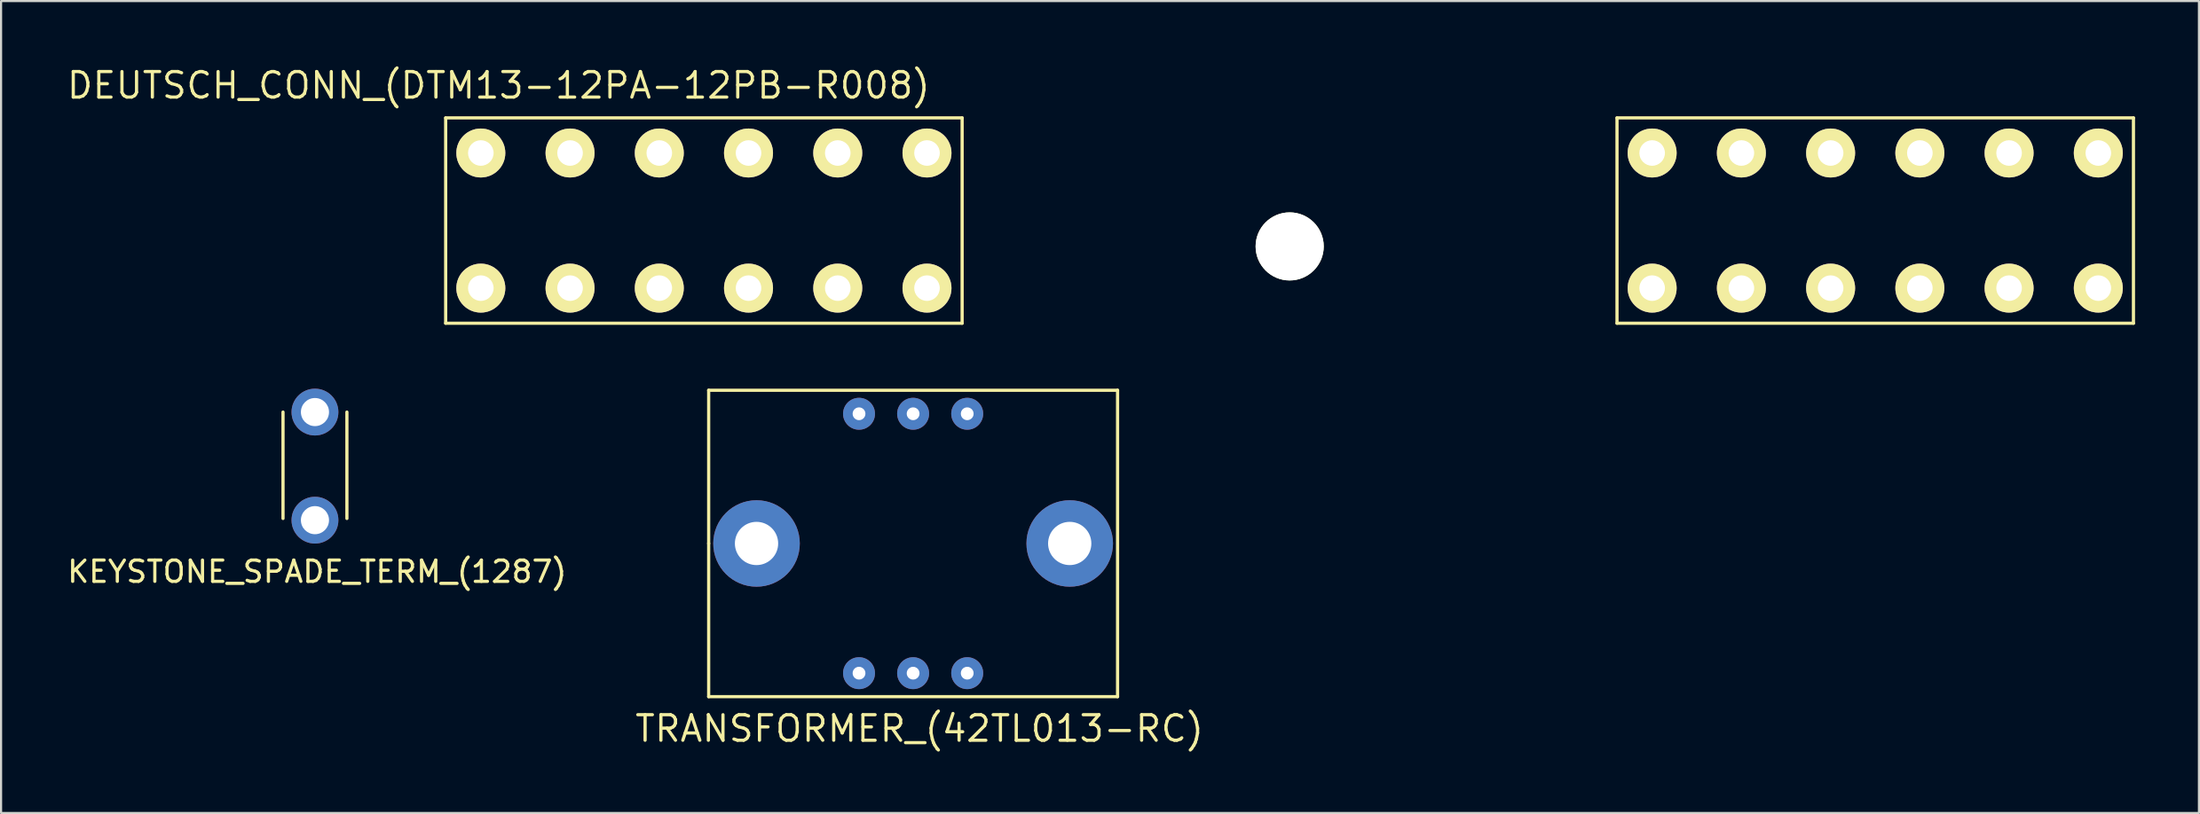
<source format=kicad_pcb>
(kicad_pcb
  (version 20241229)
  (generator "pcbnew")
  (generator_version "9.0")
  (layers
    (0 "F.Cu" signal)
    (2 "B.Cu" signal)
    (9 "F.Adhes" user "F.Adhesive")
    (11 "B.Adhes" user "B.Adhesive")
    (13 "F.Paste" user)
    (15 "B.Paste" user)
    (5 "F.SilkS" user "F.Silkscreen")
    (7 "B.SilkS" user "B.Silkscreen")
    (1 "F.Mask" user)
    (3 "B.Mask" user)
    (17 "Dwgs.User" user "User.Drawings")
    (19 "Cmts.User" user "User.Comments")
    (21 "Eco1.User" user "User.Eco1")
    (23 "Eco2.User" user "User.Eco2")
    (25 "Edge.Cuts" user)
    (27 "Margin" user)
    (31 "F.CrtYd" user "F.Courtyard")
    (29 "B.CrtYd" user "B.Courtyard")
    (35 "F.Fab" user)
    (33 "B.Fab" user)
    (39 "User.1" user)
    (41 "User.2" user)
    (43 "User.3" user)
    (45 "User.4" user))
  (footprint "DEUTSCH_CONN_(DTM13-12PA-12PB-R008)"
    (layer "F.Cu")
    (at 57.507 8.53)
    (property "Reference" "DEUTSCH_CONN_(DTM13-12PA-12PB-R008)" (at -37.145 -7.565 180) (layer "F.SilkS") (effects (font (size 1.2 1.2) (thickness 0.15))))
    (attr through_hole)
    (fp_line (start -39.63 3.61) (end -15.38 3.61) (stroke (width 0.15) (type solid)) (layer "F.SilkS"))
    (fp_line (start -39.63 3.61) (end -39.63 -6.04) (stroke (width 0.15) (type solid)) (layer "F.SilkS"))
    (fp_line (start -15.38 -6.04) (end -39.63 -6.04) (stroke (width 0.15) (type solid)) (layer "F.SilkS"))
    (fp_line (start -15.38 3.61) (end -15.38 -6.04) (stroke (width 0.15) (type solid)) (layer "F.SilkS"))
    (fp_line (start 15.37 3.61) (end 39.62 3.61) (stroke (width 0.15) (type solid)) (layer "F.SilkS"))
    (fp_line (start 15.37 3.61) (end 15.37 -6.04) (stroke (width 0.15) (type solid)) (layer "F.SilkS"))
    (fp_line (start 39.62 -6.04) (end 15.37 -6.04) (stroke (width 0.15) (type solid)) (layer "F.SilkS"))
    (fp_line (start 39.62 3.61) (end 39.62 -6.04) (stroke (width 0.15) (type solid)) (layer "F.SilkS"))
    (pad "" np_thru_hole circle (at 0 0) (size 3.2 3.2) (drill 3.2) (layers "*.Cu" "*.Mask" "F.SilkS"))
    (pad "A1" thru_hole circle (at -17.03 1.96) (size 2.3 2.3) (drill 1.2) (layers "*.Cu" "*.Mask" "F.SilkS"))
    (pad "A2" thru_hole circle (at -21.22 1.96) (size 2.3 2.3) (drill 1.2) (layers "*.Cu" "*.Mask" "F.SilkS"))
    (pad "A3" thru_hole circle (at -25.41 1.96) (size 2.3 2.3) (drill 1.2) (layers "*.Cu" "*.Mask" "F.SilkS"))
    (pad "A4" thru_hole circle (at -29.6 1.96) (size 2.3 2.3) (drill 1.2) (layers "*.Cu" "*.Mask" "F.SilkS"))
    (pad "A5" thru_hole circle (at -33.79 1.96) (size 2.3 2.3) (drill 1.2) (layers "*.Cu" "*.Mask" "F.SilkS"))
    (pad "A6" thru_hole circle (at -37.98 1.96) (size 2.3 2.3) (drill 1.2) (layers "*.Cu" "*.Mask" "F.SilkS"))
    (pad "A7" thru_hole circle (at -37.98 -4.39) (size 2.3 2.3) (drill 1.2) (layers "*.Cu" "*.Mask" "F.SilkS"))
    (pad "A8" thru_hole circle (at -33.79 -4.39) (size 2.3 2.3) (drill 1.2) (layers "*.Cu" "*.Mask" "F.SilkS"))
    (pad "A9" thru_hole circle (at -29.6 -4.39) (size 2.3 2.3) (drill 1.2) (layers "*.Cu" "*.Mask" "F.SilkS"))
    (pad "A10" thru_hole circle (at -25.41 -4.39) (size 2.3 2.3) (drill 1.2) (layers "*.Cu" "*.Mask" "F.SilkS"))
    (pad "A11" thru_hole circle (at -21.22 -4.39) (size 2.3 2.3) (drill 1.2) (layers "*.Cu" "*.Mask" "F.SilkS"))
    (pad "A12" thru_hole circle (at -17.03 -4.39) (size 2.3 2.3) (drill 1.2) (layers "*.Cu" "*.Mask" "F.SilkS"))
    (pad "B1" thru_hole circle (at 17.02 -4.39) (size 2.3 2.3) (drill 1.2) (layers "*.Cu" "*.Mask" "F.SilkS"))
    (pad "B2" thru_hole circle (at 21.21 -4.39) (size 2.3 2.3) (drill 1.2) (layers "*.Cu" "*.Mask" "F.SilkS"))
    (pad "B3" thru_hole circle (at 25.4 -4.39) (size 2.3 2.3) (drill 1.2) (layers "*.Cu" "*.Mask" "F.SilkS"))
    (pad "B4" thru_hole circle (at 29.59 -4.39) (size 2.3 2.3) (drill 1.2) (layers "*.Cu" "*.Mask" "F.SilkS"))
    (pad "B5" thru_hole circle (at 33.78 -4.39) (size 2.3 2.3) (drill 1.2) (layers "*.Cu" "*.Mask" "F.SilkS"))
    (pad "B6" thru_hole circle (at 37.97 -4.39) (size 2.3 2.3) (drill 1.2) (layers "*.Cu" "*.Mask" "F.SilkS"))
    (pad "B7" thru_hole circle (at 37.97 1.96) (size 2.3 2.3) (drill 1.2) (layers "*.Cu" "*.Mask" "F.SilkS"))
    (pad "B8" thru_hole circle (at 33.78 1.96) (size 2.3 2.3) (drill 1.2) (layers "*.Cu" "*.Mask" "F.SilkS"))
    (pad "B9" thru_hole circle (at 29.59 1.96) (size 2.3 2.3) (drill 1.2) (layers "*.Cu" "*.Mask" "F.SilkS"))
    (pad "B10" thru_hole circle (at 25.4 1.96) (size 2.3 2.3) (drill 1.2) (layers "*.Cu" "*.Mask" "F.SilkS"))
    (pad "B11" thru_hole circle (at 21.21 1.96) (size 2.3 2.3) (drill 1.2) (layers "*.Cu" "*.Mask" "F.SilkS"))
    (pad "B12" thru_hole circle (at 17.02 1.96) (size 2.3 2.3) (drill 1.2) (layers "*.Cu" "*.Mask" "F.SilkS")))
  (footprint "KEYSTONE_SPADE_TERM_(1287)"
    (layer "F.Cu")
    (at 11.739 16.315)
    (property "Reference" "KEYSTONE_SPADE_TERM_(1287)" (at 0.1 7.5 180) (layer "F.SilkS") (effects (font (size 1 1) (thickness 0.15))))
    (attr through_hole)
    (fp_line (start -1.5 0) (end -1.5 5) (stroke (width 0.15) (type solid)) (layer "F.SilkS"))
    (fp_line (start 1.5 0) (end 1.5 5) (stroke (width 0.15) (type solid)) (layer "F.SilkS"))
    (pad "1" thru_hole circle (at 0 0) (size 2.2 2.2) (drill 1.32) (layers "*.Cu" "*.Mask"))
    (pad "1" thru_hole circle (at 0 5.08) (size 2.2 2.2) (drill 1.32) (layers "*.Cu" "*.Mask")))
  (footprint "TRANSFORMER_(42TL013-RC)"
    (layer "F.Cu")
    (at 39.826 22.49)
    (property "Reference" "TRANSFORMER_(42TL013-RC)" (at 0.3 8.7 180) (layer "F.SilkS") (effects (font (size 1.2 1.2) (thickness 0.15))))
    (attr through_hole)
    (fp_line (start -9.6 -7.2) (end -9.6 0) (stroke (width 0.15) (type solid)) (layer "F.SilkS"))
    (fp_line (start -9.6 0) (end -9.6 7.2) (stroke (width 0.15) (type solid)) (layer "F.SilkS"))
    (fp_line (start -9.6 7.2) (end 9.6 7.2) (stroke (width 0.15) (type solid)) (layer "F.SilkS"))
    (fp_line (start 9.6 -7.2) (end -9.6 -7.2) (stroke (width 0.15) (type solid)) (layer "F.SilkS"))
    (fp_line (start 9.6 7.2) (end 9.6 -7.2) (stroke (width 0.15) (type solid)) (layer "F.SilkS"))
    (pad "1" thru_hole circle (at -2.54 6.095) (size 1.5 1.5) (drill 0.6) (layers "*.Cu" "*.Mask"))
    (pad "2" thru_hole circle (at 0 6.095) (size 1.5 1.5) (drill 0.6) (layers "*.Cu" "*.Mask"))
    (pad "3" thru_hole circle (at 2.54 6.095) (size 1.5 1.5) (drill 0.6) (layers "*.Cu" "*.Mask"))
    (pad "4" thru_hole circle (at 2.54 -6.095) (size 1.5 1.5) (drill 0.6) (layers "*.Cu" "*.Mask"))
    (pad "5" thru_hole circle (at 0 -6.095) (size 1.5 1.5) (drill 0.6) (layers "*.Cu" "*.Mask"))
    (pad "6" thru_hole circle (at -2.54 -6.095) (size 1.5 1.5) (drill 0.6) (layers "*.Cu" "*.Mask"))
    (pad "7" thru_hole circle (at 7.353 0) (size 4.064 4.064) (drill 2.032) (layers "*.Cu" "*.Mask"))
    (pad "8" thru_hole circle (at -7.353 0) (size 4.064 4.064) (drill 2.032) (layers "*.Cu" "*.Mask")))
  (gr_rect
    (start -3 -3)
    (end 100.202 35.156)
    (stroke (width 0.1) (type default))
    (fill no)
    (layer "Edge.Cuts")))
</source>
